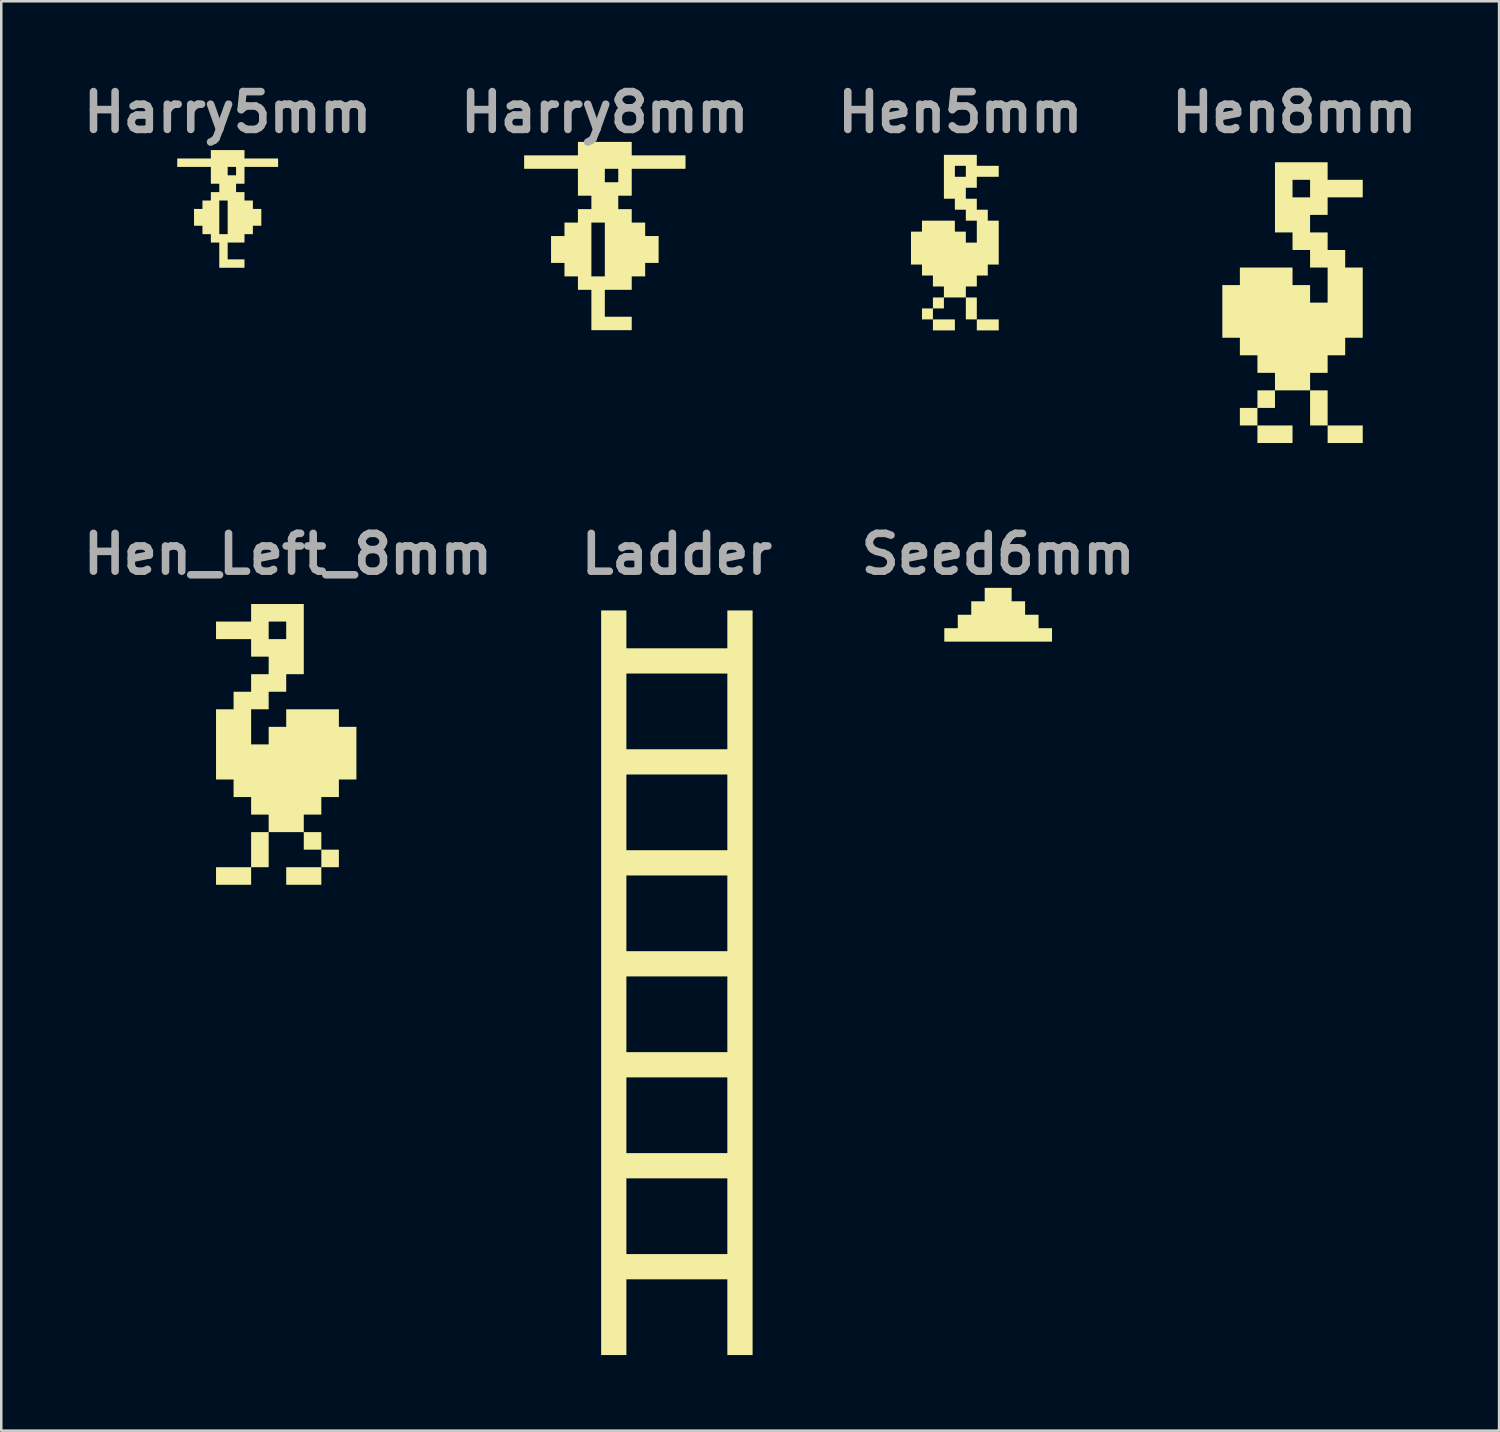
<source format=kicad_pcb>
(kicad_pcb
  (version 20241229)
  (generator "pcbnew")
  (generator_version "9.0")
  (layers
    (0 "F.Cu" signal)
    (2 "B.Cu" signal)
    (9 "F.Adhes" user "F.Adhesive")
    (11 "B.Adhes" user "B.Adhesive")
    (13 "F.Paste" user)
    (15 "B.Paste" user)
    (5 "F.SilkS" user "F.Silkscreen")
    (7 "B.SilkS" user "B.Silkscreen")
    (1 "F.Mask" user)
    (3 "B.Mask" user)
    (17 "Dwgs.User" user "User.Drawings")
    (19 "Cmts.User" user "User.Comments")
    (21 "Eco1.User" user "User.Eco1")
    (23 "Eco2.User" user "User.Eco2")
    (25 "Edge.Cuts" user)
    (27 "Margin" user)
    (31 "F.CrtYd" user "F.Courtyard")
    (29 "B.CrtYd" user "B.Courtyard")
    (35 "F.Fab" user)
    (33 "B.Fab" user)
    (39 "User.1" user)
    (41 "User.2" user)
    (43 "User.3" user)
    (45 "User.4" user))
  (footprint "Harry8mm"
    (layer "F.Cu")
    (at 20.936 6.244)
    (property "Reference" "Harry8mm" (at 0 -4.84 0) (layer "F.Fab") (effects (font (size 1.5 1.5) (thickness 0.3))))
    (attr board_only exclude_from_pos_files exclude_from_bom)
    (fp_poly (pts (xy 1.067 -3.4) (xy 1.067 -3.133) (xy 2.133 -3.133) (xy 3.2 -3.133) (xy 3.2 -2.867) (xy 3.2 -2.6) (xy 2.133 -2.6) (xy 1.067 -2.6) (xy 1.067 -2.067) (xy 1.067 -1.533) (xy 0.8 -1.533) (xy 0.533 -1.533) (xy 0.533 -1.267) (xy 0.533 -1) (xy 0.8 -1) (xy 1.067 -1) (xy 1.067 -0.733) (xy 1.067 -0.467) (xy 1.333 -0.467) (xy 1.6 -0.467) (xy 1.6 -0.2) (xy 1.6 0.067) (xy 1.867 0.067) (xy 2.133 0.067) (xy 2.133 0.6) (xy 2.133 1.133) (xy 1.867 1.133) (xy 1.6 1.133) (xy 1.6 1.4) (xy 1.6 1.667) (xy 1.333 1.667) (xy 1.067 1.667) (xy 1.067 1.933) (xy 1.067 2.2) (xy 0.533 2.2) (xy 0 2.2) (xy 0 2.733) (xy 0 3.267) (xy 0.533 3.267) (xy 1.067 3.267) (xy 1.067 3.533) (xy 1.067 3.8) (xy 0.267 3.8) (xy -0.533 3.8) (xy -0.533 3) (xy -0.533 2.2) (xy -0.8 2.2) (xy -1.067 2.2) (xy -1.067 1.933) (xy -1.067 1.667) (xy -1.333 1.667) (xy -1.6 1.667) (xy -1.6 1.4) (xy -1.6 1.133) (xy -1.867 1.133) (xy -2.133 1.133) (xy -2.133 0.6) (xy -0.533 0.6) (xy -0.533 1.667) (xy -0.267 1.667) (xy 0 1.667) (xy 0 0.6) (xy 0 -0.467) (xy -0.267 -0.467) (xy -0.533 -0.467) (xy -0.533 0.6) (xy -2.133 0.6) (xy -2.133 0.067) (xy -1.867 0.067) (xy -1.6 0.067) (xy -1.6 -0.2) (xy -1.6 -0.467) (xy -1.333 -0.467) (xy -1.067 -0.467) (xy -1.067 -0.733) (xy -1.067 -1) (xy -0.8 -1) (xy -0.533 -1) (xy -0.533 -1.267) (xy -0.533 -1.533) (xy -0.8 -1.533) (xy -1.067 -1.533) (xy -1.067 -2.067) (xy -1.067 -2.333) (xy 0 -2.333) (xy 0 -2.067) (xy 0.267 -2.067) (xy 0.533 -2.067) (xy 0.533 -2.333) (xy 0.533 -2.6) (xy 0.267 -2.6) (xy 0 -2.6) (xy 0 -2.333) (xy -1.067 -2.333) (xy -1.067 -2.6) (xy -2.133 -2.6) (xy -3.2 -2.6) (xy -3.2 -2.867) (xy -3.2 -3.133) (xy -2.133 -3.133) (xy -1.067 -3.133) (xy -1.067 -3.4) (xy -1.067 -3.667) (xy 0 -3.667) (xy 1.067 -3.667)) (stroke (width 0) (type solid)) (fill yes) (layer "F.SilkS")))
  (footprint "Hen5mm"
    (layer "F.Cu")
    (at 34.818 6.354)
    (property "Reference" "Hen5mm" (at 0.218 -4.95 0) (layer "F.Fab") (effects (font (size 1.5 1.5) (thickness 0.3))))
    (attr board_only exclude_from_pos_files exclude_from_bom)
    (fp_poly (pts (xy 0 3.481) (xy 0 3.699) (xy -0.435 3.699) (xy -0.87 3.699) (xy -0.87 3.481) (xy -0.87 3.263) (xy -0.435 3.263) (xy 0 3.263)) (stroke (width 0) (type solid)) (fill yes) (layer "F.SilkS"))
    (fp_poly (pts (xy 0.87 2.828) (xy 0.87 3.263) (xy 0.653 3.263) (xy 0.435 3.263) (xy 0.435 2.828) (xy 0.435 2.393) (xy 0.653 2.393) (xy 0.87 2.393)) (stroke (width 0) (type solid)) (fill yes) (layer "F.SilkS"))
    (fp_poly (pts (xy 1.74 3.481) (xy 1.74 3.699) (xy 1.305 3.699) (xy 0.87 3.699) (xy 0.87 3.481) (xy 0.87 3.263) (xy 1.305 3.263) (xy 1.74 3.263)) (stroke (width 0) (type solid)) (fill yes) (layer "F.SilkS"))
    (fp_poly (pts (xy 0.87 -3.046) (xy 0.87 -2.828) (xy 1.305 -2.828) (xy 1.74 -2.828) (xy 1.74 -2.611) (xy 1.74 -2.393) (xy 1.305 -2.393) (xy 0.87 -2.393) (xy 0.87 -2.176) (xy 0.87 -1.958) (xy 0.653 -1.958) (xy 0.435 -1.958) (xy 0.435 -1.74) (xy 0.435 -1.523) (xy 0.653 -1.523) (xy 0.87 -1.523) (xy 0.87 -1.305) (xy 0.87 -1.088) (xy 1.088 -1.088) (xy 1.305 -1.088) (xy 1.305 -0.87) (xy 1.305 -0.653) (xy 1.523 -0.653) (xy 1.74 -0.653) (xy 1.74 0.218) (xy 1.74 1.088) (xy 1.523 1.088) (xy 1.305 1.088) (xy 1.305 1.305) (xy 1.305 1.523) (xy 1.088 1.523) (xy 0.87 1.523) (xy 0.87 1.74) (xy 0.87 1.958) (xy 0.653 1.958) (xy 0.435 1.958) (xy 0.435 2.176) (xy 0.435 2.393) (xy 0 2.393) (xy -0.435 2.393) (xy -0.435 2.611) (xy -0.435 2.828) (xy -0.653 2.828) (xy -0.87 2.828) (xy -0.87 3.046) (xy -0.87 3.263) (xy -1.088 3.263) (xy -1.305 3.263) (xy -1.305 3.046) (xy -1.305 2.828) (xy -1.088 2.828) (xy -0.87 2.828) (xy -0.87 2.611) (xy -0.87 2.393) (xy -0.653 2.393) (xy -0.435 2.393) (xy -0.435 2.176) (xy -0.435 1.958) (xy -0.653 1.958) (xy -0.87 1.958) (xy -0.87 1.74) (xy -0.87 1.523) (xy -1.088 1.523) (xy -1.305 1.523) (xy -1.305 1.305) (xy -1.305 1.088) (xy -1.523 1.088) (xy -1.74 1.088) (xy -1.74 0.435) (xy -1.74 -0.218) (xy -1.523 -0.218) (xy -1.305 -0.218) (xy -1.305 -0.435) (xy -1.305 -0.653) (xy -0.653 -0.653) (xy 0 -0.653) (xy 0 -0.435) (xy 0 -0.218) (xy 0.218 -0.218) (xy 0.435 -0.218) (xy 0.435 0) (xy 0.435 0.218) (xy 0.653 0.218) (xy 0.87 0.218) (xy 0.87 -0.218) (xy 0.87 -0.653) (xy 0.653 -0.653) (xy 0.435 -0.653) (xy 0.435 -0.87) (xy 0.435 -1.088) (xy 0.218 -1.088) (xy 0 -1.088) (xy 0 -1.305) (xy 0 -1.523) (xy -0.218 -1.523) (xy -0.435 -1.523) (xy -0.435 -2.393) (xy -0.435 -2.611) (xy 0 -2.611) (xy 0 -2.393) (xy 0.218 -2.393) (xy 0.435 -2.393) (xy 0.435 -2.611) (xy 0.435 -2.828) (xy 0.218 -2.828) (xy 0 -2.828) (xy 0 -2.611) (xy -0.435 -2.611) (xy -0.435 -3.263) (xy 0.218 -3.263) (xy 0.87 -3.263)) (stroke (width 0) (type solid)) (fill yes) (layer "F.SilkS")))
  (footprint "Hen8mm"
    (layer "F.Cu")
    (at 48.209 8.604)
    (property "Reference" "Hen8mm" (at 0.07 -7.2 0) (layer "F.Fab") (effects (font (size 1.5 1.5) (thickness 0.3))))
    (attr board_only exclude_from_pos_files exclude_from_bom)
    (fp_poly (pts (xy -0.000001 5.567) (xy -0.000001 5.915) (xy -0.696 5.915) (xy -1.392 5.915) (xy -1.392 5.567) (xy -1.392 5.219) (xy -0.696 5.219) (xy -0.000001 5.219)) (stroke (width 0) (type solid)) (fill yes) (layer "F.SilkS"))
    (fp_poly (pts (xy 1.392 4.523) (xy 1.392 5.219) (xy 1.044 5.219) (xy 0.696 5.219) (xy 0.696 4.523) (xy 0.696 3.827) (xy 1.044 3.827) (xy 1.392 3.827)) (stroke (width 0) (type solid)) (fill yes) (layer "F.SilkS"))
    (fp_poly (pts (xy 2.784 5.567) (xy 2.784 5.915) (xy 2.088 5.915) (xy 1.392 5.915) (xy 1.392 5.567) (xy 1.392 5.219) (xy 2.088 5.219) (xy 2.784 5.219)) (stroke (width 0) (type solid)) (fill yes) (layer "F.SilkS"))
    (fp_poly (pts (xy 1.392 -4.871) (xy 1.392 -4.523) (xy 2.088 -4.523) (xy 2.784 -4.523) (xy 2.784 -4.175) (xy 2.784 -3.827) (xy 2.088 -3.827) (xy 1.392 -3.827) (xy 1.392 -3.479) (xy 1.392 -3.132) (xy 1.044 -3.132) (xy 0.696 -3.132) (xy 0.696 -2.784) (xy 0.696 -2.436) (xy 1.044 -2.436) (xy 1.392 -2.436) (xy 1.392 -2.088) (xy 1.392 -1.74) (xy 1.74 -1.74) (xy 2.088 -1.74) (xy 2.088 -1.392) (xy 2.088 -1.044) (xy 2.436 -1.044) (xy 2.784 -1.044) (xy 2.784 0.348) (xy 2.784 1.74) (xy 2.436 1.74) (xy 2.088 1.74) (xy 2.088 2.088) (xy 2.088 2.436) (xy 1.74 2.436) (xy 1.392 2.436) (xy 1.392 2.784) (xy 1.392 3.132) (xy 1.044 3.132) (xy 0.696 3.132) (xy 0.696 3.479) (xy 0.696 3.827) (xy -0.000001 3.827) (xy -0.696 3.827) (xy -0.696 4.175) (xy -0.696 4.523) (xy -1.044 4.523) (xy -1.392 4.523) (xy -1.392 4.871) (xy -1.392 5.219) (xy -1.74 5.219) (xy -2.088 5.219) (xy -2.088 4.871) (xy -2.088 4.523) (xy -1.74 4.523) (xy -1.392 4.523) (xy -1.392 4.175) (xy -1.392 3.827) (xy -1.044 3.827) (xy -0.696 3.827) (xy -0.696 3.479) (xy -0.696 3.132) (xy -1.044 3.132) (xy -1.392 3.132) (xy -1.392 2.784) (xy -1.392 2.436) (xy -1.74 2.436) (xy -2.088 2.436) (xy -2.088 2.088) (xy -2.088 1.74) (xy -2.436 1.74) (xy -2.784 1.74) (xy -2.784 0.696) (xy -2.784 -0.348) (xy -2.436 -0.348) (xy -2.088 -0.348) (xy -2.088 -0.696) (xy -2.088 -1.044) (xy -1.044 -1.044) (xy -0.000001 -1.044) (xy -0.000001 -0.696) (xy -0.000001 -0.348) (xy 0.348 -0.348) (xy 0.696 -0.348) (xy 0.696 0) (xy 0.696 0.348) (xy 1.044 0.348) (xy 1.392 0.348) (xy 1.392 -0.348) (xy 1.392 -1.044) (xy 1.044 -1.044) (xy 0.696 -1.044) (xy 0.696 -1.392) (xy 0.696 -1.74) (xy 0.348 -1.74) (xy -0.000001 -1.74) (xy -0.000001 -2.088) (xy -0.000001 -2.436) (xy -0.348 -2.436) (xy -0.696 -2.436) (xy -0.696 -3.827) (xy -0.696 -4.175) (xy -0.000001 -4.175) (xy -0.000001 -3.827) (xy 0.348 -3.827) (xy 0.696 -3.827) (xy 0.696 -4.175) (xy 0.696 -4.523) (xy 0.348 -4.523) (xy -0.000001 -4.523) (xy -0.000001 -4.175) (xy -0.696 -4.175) (xy -0.696 -5.219) (xy 0.348 -5.219) (xy 1.392 -5.219)) (stroke (width 0) (type solid)) (fill yes) (layer "F.SilkS")))
  (footprint "Harry5mm"
    (layer "F.Cu")
    (at 5.979 5.194)
    (property "Reference" "Harry5mm" (at 0 -3.79 0) (layer "F.Fab") (effects (font (size 1.5 1.5) (thickness 0.3))))
    (attr board_only exclude_from_pos_files exclude_from_bom)
    (fp_poly (pts (xy 0.667 -2.125) (xy 0.667 -1.959) (xy 1.334 -1.959) (xy 2 -1.959) (xy 2 -1.792) (xy 2 -1.625) (xy 1.334 -1.625) (xy 0.667 -1.625) (xy 0.667 -1.292) (xy 0.667 -0.958) (xy 0.5 -0.958) (xy 0.333 -0.958) (xy 0.333 -0.792) (xy 0.333 -0.625) (xy 0.5 -0.625) (xy 0.667 -0.625) (xy 0.667 -0.458) (xy 0.667 -0.292) (xy 0.833 -0.292) (xy 1 -0.292) (xy 1 -0.125) (xy 1 0.042) (xy 1.167 0.042) (xy 1.334 0.042) (xy 1.334 0.375) (xy 1.334 0.708) (xy 1.167 0.708) (xy 1 0.708) (xy 1 0.875) (xy 1 1.042) (xy 0.833 1.042) (xy 0.667 1.042) (xy 0.667 1.209) (xy 0.667 1.375) (xy 0.333 1.375) (xy 0 1.375) (xy 0 1.709) (xy 0 2.042) (xy 0.333 2.042) (xy 0.667 2.042) (xy 0.667 2.209) (xy 0.667 2.375) (xy 0.167 2.375) (xy -0.333 2.375) (xy -0.333 1.875) (xy -0.333 1.375) (xy -0.5 1.375) (xy -0.667 1.375) (xy -0.667 1.209) (xy -0.667 1.042) (xy -0.833 1.042) (xy -1 1.042) (xy -1 0.875) (xy -1 0.708) (xy -1.167 0.708) (xy -1.334 0.708) (xy -1.334 0.375) (xy -0.333 0.375) (xy -0.333 1.042) (xy -0.167 1.042) (xy 0 1.042) (xy 0 0.375) (xy 0 -0.292) (xy -0.167 -0.292) (xy -0.333 -0.292) (xy -0.333 0.375) (xy -1.334 0.375) (xy -1.334 0.042) (xy -1.167 0.042) (xy -1 0.042) (xy -1 -0.125) (xy -1 -0.292) (xy -0.833 -0.292) (xy -0.667 -0.292) (xy -0.667 -0.458) (xy -0.667 -0.625) (xy -0.5 -0.625) (xy -0.333 -0.625) (xy -0.333 -0.792) (xy -0.333 -0.958) (xy -0.5 -0.958) (xy -0.667 -0.958) (xy -0.667 -1.292) (xy -0.667 -1.459) (xy 0 -1.459) (xy 0 -1.292) (xy 0.167 -1.292) (xy 0.333 -1.292) (xy 0.333 -1.459) (xy 0.333 -1.625) (xy 0.167 -1.625) (xy 0 -1.625) (xy 0 -1.459) (xy -0.667 -1.459) (xy -0.667 -1.625) (xy -1.334 -1.625) (xy -2 -1.625) (xy -2 -1.792) (xy -2 -1.959) (xy -1.334 -1.959) (xy -0.667 -1.959) (xy -0.667 -2.125) (xy -0.667 -2.292) (xy 0 -2.292) (xy 0.667 -2.292)) (stroke (width 0) (type solid)) (fill yes) (layer "F.SilkS")))
  (footprint "Seed6mm"
    (layer "F.Cu")
    (at 36.602 21.263)
    (property "Reference" "Seed6mm" (at -0.067 -2.34 0) (layer "F.Fab") (effects (font (size 1.5 1.5) (thickness 0.3))))
    (attr board_only exclude_from_pos_files exclude_from_bom)
    (fp_poly (pts (xy 0.467 -0.733) (xy 0.467 -0.467) (xy 0.734 -0.467) (xy 1.001 -0.467) (xy 1.001 -0.2) (xy 1.001 0.067) (xy 1.268 0.067) (xy 1.535 0.067) (xy 1.535 0.333) (xy 1.535 0.6) (xy 1.802 0.6) (xy 2.069 0.6) (xy 2.069 0.867) (xy 2.069 1.133) (xy -0.067 1.133) (xy -2.203 1.133) (xy -2.203 0.867) (xy -2.203 0.6) (xy -1.936 0.6) (xy -1.669 0.6) (xy -1.669 0.333) (xy -1.669 0.067) (xy -1.402 0.067) (xy -1.135 0.067) (xy -1.135 -0.2) (xy -1.135 -0.467) (xy -0.868 -0.467) (xy -0.601 -0.467) (xy -0.601 -0.733) (xy -0.601 -1) (xy -0.067 -1) (xy 0.467 -1)) (stroke (width 0) (type solid)) (fill yes) (layer "F.SilkS")))
  (footprint "Ladder"
    (layer "F.Cu")
    (at 23.793 35.423)
    (property "Reference" "Ladder" (at 0 -16.5 0) (layer "F.Fab") (effects (font (size 1.5 1.5) (thickness 0.3))))
    (attr board_only exclude_from_pos_files exclude_from_bom)
    (fp_poly (pts (xy -2.002 -13.513) (xy -2.002 -12.763) (xy 0 -12.763) (xy 2.002 -12.763) (xy 2.002 -13.513) (xy 2.002 -14.264) (xy 2.502 -14.264) (xy 3.003 -14.264) (xy 3.003 0.5) (xy 3.003 15.265) (xy 2.502 15.265) (xy 2.002 15.265) (xy 2.002 13.764) (xy 2.002 12.262) (xy 0 12.262) (xy -2.002 12.262) (xy -2.002 13.764) (xy -2.002 15.265) (xy -2.502 15.265) (xy -3.003 15.265) (xy -3.003 9.76) (xy -2.002 9.76) (xy -2.002 11.261) (xy 0 11.261) (xy 2.002 11.261) (xy 2.002 9.76) (xy 2.002 8.258) (xy 0 8.258) (xy -2.002 8.258) (xy -2.002 9.76) (xy -3.003 9.76) (xy -3.003 5.756) (xy -2.002 5.756) (xy -2.002 7.257) (xy 0 7.257) (xy 2.002 7.257) (xy 2.002 5.756) (xy 2.002 4.254) (xy 0 4.254) (xy -2.002 4.254) (xy -2.002 5.756) (xy -3.003 5.756) (xy -3.003 1.752) (xy -2.002 1.752) (xy -2.002 3.253) (xy 0 3.253) (xy 2.002 3.253) (xy 2.002 1.752) (xy 2.002 0.25) (xy 0 0.25) (xy -2.002 0.25) (xy -2.002 1.752) (xy -3.003 1.752) (xy -3.003 0.5) (xy -3.003 -2.252) (xy -2.002 -2.252) (xy -2.002 -0.751) (xy 0 -0.751) (xy 2.002 -0.751) (xy 2.002 -2.252) (xy 2.002 -3.754) (xy 0 -3.754) (xy -2.002 -3.754) (xy -2.002 -2.252) (xy -3.003 -2.252) (xy -3.003 -6.256) (xy -2.002 -6.256) (xy -2.002 -4.755) (xy 0 -4.755) (xy 2.002 -4.755) (xy 2.002 -6.256) (xy 2.002 -7.758) (xy 0 -7.758) (xy -2.002 -7.758) (xy -2.002 -6.256) (xy -3.003 -6.256) (xy -3.003 -10.26) (xy -2.002 -10.26) (xy -2.002 -8.759) (xy 0 -8.759) (xy 2.002 -8.759) (xy 2.002 -10.26) (xy 2.002 -11.762) (xy 0 -11.762) (xy -2.002 -11.762) (xy -2.002 -10.26) (xy -3.003 -10.26) (xy -3.003 -14.264) (xy -2.502 -14.264) (xy -2.002 -14.264)) (stroke (width 0) (type solid)) (fill yes) (layer "F.SilkS")))
  (footprint "Hen_Left_8mm"
    (layer "F.Cu")
    (at 8.301 26.123)
    (property "Reference" "Hen_Left_8mm" (at 0.07 -7.2 0) (layer "F.Fab") (effects (font (size 1.5 1.5) (thickness 0.3))))
    (attr board_only exclude_from_pos_files exclude_from_bom)
    (fp_poly (pts (xy -2.784 5.567) (xy -2.784 5.915) (xy -2.088 5.915) (xy -1.392 5.915) (xy -1.392 5.567) (xy -1.392 5.219) (xy -2.088 5.219) (xy -2.784 5.219)) (stroke (width 0) (type solid)) (fill yes) (layer "F.SilkS"))
    (fp_poly (pts (xy -1.392 4.523) (xy -1.392 5.219) (xy -1.044 5.219) (xy -0.696 5.219) (xy -0.696 4.523) (xy -0.696 3.827) (xy -1.044 3.827) (xy -1.392 3.827)) (stroke (width 0) (type solid)) (fill yes) (layer "F.SilkS"))
    (fp_poly (pts (xy 0.000001 5.567) (xy 0.000001 5.915) (xy 0.696 5.915) (xy 1.392 5.915) (xy 1.392 5.567) (xy 1.392 5.219) (xy 0.696 5.219) (xy 0.000001 5.219)) (stroke (width 0) (type solid)) (fill yes) (layer "F.SilkS"))
    (fp_poly (pts (xy -1.392 -4.871) (xy -1.392 -4.523) (xy -2.088 -4.523) (xy -2.784 -4.523) (xy -2.784 -4.175) (xy -2.784 -3.827) (xy -2.088 -3.827) (xy -1.392 -3.827) (xy -1.392 -3.479) (xy -1.392 -3.132) (xy -1.044 -3.132) (xy -0.696 -3.132) (xy -0.696 -2.784) (xy -0.696 -2.436) (xy -1.044 -2.436) (xy -1.392 -2.436) (xy -1.392 -2.088) (xy -1.392 -1.74) (xy -1.74 -1.74) (xy -2.088 -1.74) (xy -2.088 -1.392) (xy -2.088 -1.044) (xy -2.436 -1.044) (xy -2.784 -1.044) (xy -2.784 0.348) (xy -2.784 1.74) (xy -2.436 1.74) (xy -2.088 1.74) (xy -2.088 2.088) (xy -2.088 2.436) (xy -1.74 2.436) (xy -1.392 2.436) (xy -1.392 2.784) (xy -1.392 3.132) (xy -1.044 3.132) (xy -0.696 3.132) (xy -0.696 3.479) (xy -0.696 3.827) (xy 0.000001 3.827) (xy 0.696 3.827) (xy 0.696 4.175) (xy 0.696 4.523) (xy 1.044 4.523) (xy 1.392 4.523) (xy 1.392 4.871) (xy 1.392 5.219) (xy 1.74 5.219) (xy 2.088 5.219) (xy 2.088 4.871) (xy 2.088 4.523) (xy 1.74 4.523) (xy 1.392 4.523) (xy 1.392 4.175) (xy 1.392 3.827) (xy 1.044 3.827) (xy 0.696 3.827) (xy 0.696 3.479) (xy 0.696 3.132) (xy 1.044 3.132) (xy 1.392 3.132) (xy 1.392 2.784) (xy 1.392 2.436) (xy 1.74 2.436) (xy 2.088 2.436) (xy 2.088 2.088) (xy 2.088 1.74) (xy 2.436 1.74) (xy 2.784 1.74) (xy 2.784 0.696) (xy 2.784 -0.348) (xy 2.436 -0.348) (xy 2.088 -0.348) (xy 2.088 -0.696) (xy 2.088 -1.044) (xy 1.044 -1.044) (xy 0.000001 -1.044) (xy 0.000001 -0.696) (xy 0.000001 -0.348) (xy -0.348 -0.348) (xy -0.696 -0.348) (xy -0.696 0) (xy -0.696 0.348) (xy -1.044 0.348) (xy -1.392 0.348) (xy -1.392 -0.348) (xy -1.392 -1.044) (xy -1.044 -1.044) (xy -0.696 -1.044) (xy -0.696 -1.392) (xy -0.696 -1.74) (xy -0.348 -1.74) (xy 0.000001 -1.74) (xy 0.000001 -2.088) (xy 0.000001 -2.436) (xy 0.348 -2.436) (xy 0.696 -2.436) (xy 0.696 -3.827) (xy 0.696 -4.175) (xy 0.000001 -4.175) (xy 0.000001 -3.827) (xy -0.348 -3.827) (xy -0.696 -3.827) (xy -0.696 -4.175) (xy -0.696 -4.523) (xy -0.348 -4.523) (xy 0.000001 -4.523) (xy 0.000001 -4.175) (xy 0.696 -4.175) (xy 0.696 -5.219) (xy -0.348 -5.219) (xy -1.392 -5.219)) (stroke (width 0) (type solid)) (fill yes) (layer "F.SilkS")))
  (gr_rect
    (start -3 -3)
    (end 56.4 53.688)
    (stroke (width 0.1) (type default))
    (fill no)
    (layer "Edge.Cuts")))
</source>
